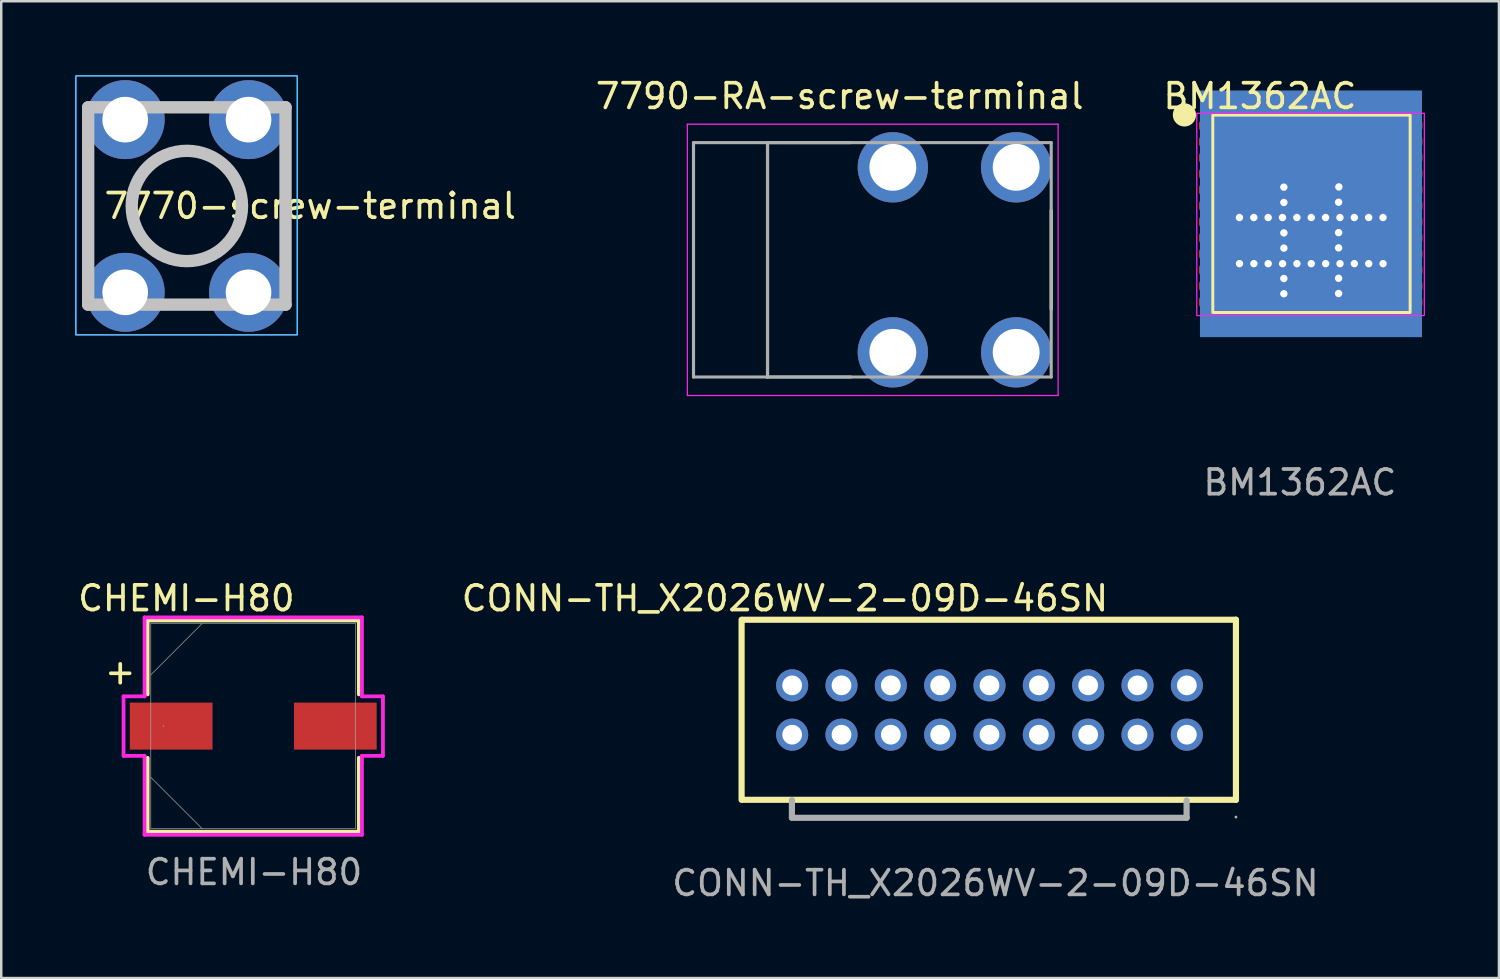
<source format=kicad_pcb>
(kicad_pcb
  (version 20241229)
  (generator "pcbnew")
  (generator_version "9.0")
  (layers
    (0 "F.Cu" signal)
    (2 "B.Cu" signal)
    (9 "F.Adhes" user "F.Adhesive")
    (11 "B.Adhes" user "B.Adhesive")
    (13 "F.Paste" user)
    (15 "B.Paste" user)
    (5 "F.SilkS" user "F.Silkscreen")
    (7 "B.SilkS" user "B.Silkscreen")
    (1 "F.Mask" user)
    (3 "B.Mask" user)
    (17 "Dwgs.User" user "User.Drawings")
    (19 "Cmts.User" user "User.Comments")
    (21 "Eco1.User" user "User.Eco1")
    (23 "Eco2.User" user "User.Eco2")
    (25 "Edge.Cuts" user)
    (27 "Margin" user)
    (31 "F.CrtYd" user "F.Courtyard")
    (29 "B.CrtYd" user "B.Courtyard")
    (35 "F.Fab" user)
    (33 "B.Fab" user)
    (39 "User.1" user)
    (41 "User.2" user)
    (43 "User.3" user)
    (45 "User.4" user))
  (footprint "7770-screw-terminal"
    (layer "F.Cu")
    (at 4.525 5.3)
    (property "Reference" "7770-screw-terminal" (at 5 0 0) (unlocked yes) (layer "F.SilkS") (effects (font (size 1 1) (thickness 0.15))))
    (fp_line (start -4 -4) (end 4 -4) (stroke (width 0.12) (type solid)) (layer "F.SilkS"))
    (fp_line (start -4 4) (end -4 -4) (stroke (width 0.12) (type solid)) (layer "F.SilkS"))
    (fp_line (start 4 -4) (end 4 4) (stroke (width 0.12) (type solid)) (layer "F.SilkS"))
    (fp_line (start 4 4) (end -4 4) (stroke (width 0.12) (type solid)) (layer "F.SilkS"))
    (fp_line (start -4 4) (end -4 -4) (stroke (width 0.5) (type solid)) (layer "Dwgs.User"))
    (fp_line (start 4 -4) (end -4 -4) (stroke (width 0.5) (type solid)) (layer "Dwgs.User"))
    (fp_line (start 4 4) (end -4 4) (stroke (width 0.5) (type solid)) (layer "Dwgs.User"))
    (fp_line (start 4 4) (end 4 -4) (stroke (width 0.5) (type solid)) (layer "Dwgs.User"))
    (fp_circle (center 0 0) (end 2.236 0) (stroke (width 0.5) (type default)) (fill no) (layer "Dwgs.User"))
    (fp_rect (start -4.5 -5.275) (end 4.475 5.225) (stroke (width 0.05) (type default)) (fill no) (layer "B.CrtYd"))
    (fp_rect (start -4.5 -5.275) (end 4.475 5.225) (stroke (width 0.05) (type default)) (fill no) (layer "F.CrtYd"))
    (pad "1" thru_hole circle (at -2.5 -3.5) (size 3.2 3.2) (drill 1.85) (layers "*.Cu" "*.Mask"))
    (pad "1" thru_hole circle (at -2.5 3.5) (size 3.2 3.2) (drill 1.85) (layers "*.Cu" "*.Mask"))
    (pad "1" thru_hole circle (at 2.5 -3.5) (size 3.2 3.2) (drill 1.85) (layers "*.Cu" "*.Mask"))
    (pad "1" thru_hole circle (at 2.5 3.5) (size 3.2 3.2) (drill 1.85) (layers "*.Cu" "*.Mask")))
  (footprint "CHEMI-H80"
    (layer "F.Cu")
    (at 7.216 26.385)
    (property "Reference" "CHEMI-H80" (at -2.71 -5.18 0) (unlocked yes) (layer "F.SilkS") (effects (font (size 1 1) (thickness 0.15))))
    (attr smd)
    (fp_line (start -4.28 -4.28) (end -4.28 -1.285) (stroke (width 0.152) (type solid)) (layer "F.SilkS"))
    (fp_line (start -4.28 1.285) (end -4.28 4.28) (stroke (width 0.152) (type solid)) (layer "F.SilkS"))
    (fp_line (start -4.28 4.28) (end 4.28 4.28) (stroke (width 0.152) (type solid)) (layer "F.SilkS"))
    (fp_line (start 4.28 -4.28) (end -4.28 -4.28) (stroke (width 0.152) (type solid)) (layer "F.SilkS"))
    (fp_line (start 4.28 -1.285) (end 4.28 -4.28) (stroke (width 0.152) (type solid)) (layer "F.SilkS"))
    (fp_line (start 4.28 4.28) (end 4.28 1.285) (stroke (width 0.152) (type solid)) (layer "F.SilkS"))
    (fp_line (start -5.258 -1.206) (end -4.407 -1.206) (stroke (width 0.152) (type solid)) (layer "F.CrtYd"))
    (fp_line (start -5.258 1.206) (end -5.258 -1.206) (stroke (width 0.152) (type solid)) (layer "F.CrtYd"))
    (fp_line (start -4.407 -4.407) (end 4.407 -4.407) (stroke (width 0.152) (type solid)) (layer "F.CrtYd"))
    (fp_line (start -4.407 -1.206) (end -4.407 -4.407) (stroke (width 0.152) (type solid)) (layer "F.CrtYd"))
    (fp_line (start -4.407 1.206) (end -5.258 1.206) (stroke (width 0.152) (type solid)) (layer "F.CrtYd"))
    (fp_line (start -4.407 4.407) (end -4.407 1.206) (stroke (width 0.152) (type solid)) (layer "F.CrtYd"))
    (fp_line (start 4.407 -4.407) (end 4.407 -1.206) (stroke (width 0.152) (type solid)) (layer "F.CrtYd"))
    (fp_line (start 4.407 -1.206) (end 5.258 -1.206) (stroke (width 0.152) (type solid)) (layer "F.CrtYd"))
    (fp_line (start 4.407 1.206) (end 4.407 4.407) (stroke (width 0.152) (type solid)) (layer "F.CrtYd"))
    (fp_line (start 4.407 4.407) (end -4.407 4.407) (stroke (width 0.152) (type solid)) (layer "F.CrtYd"))
    (fp_line (start 5.258 -1.206) (end 5.258 1.206) (stroke (width 0.152) (type solid)) (layer "F.CrtYd"))
    (fp_line (start 5.258 1.206) (end 4.407 1.206) (stroke (width 0.152) (type solid)) (layer "F.CrtYd"))
    (fp_line (start -4.153 -4.153) (end -4.153 4.153) (stroke (width 0.025) (type solid)) (layer "F.Fab"))
    (fp_line (start -4.153 -2.076) (end -2.076 -4.153) (stroke (width 0.025) (type solid)) (layer "F.Fab"))
    (fp_line (start -4.153 2.076) (end -2.076 4.153) (stroke (width 0.025) (type solid)) (layer "F.Fab"))
    (fp_line (start -4.153 4.153) (end 4.153 4.153) (stroke (width 0.025) (type solid)) (layer "F.Fab"))
    (fp_line (start 4.153 -4.153) (end -4.153 -4.153) (stroke (width 0.025) (type solid)) (layer "F.Fab"))
    (fp_line (start 4.153 4.153) (end 4.153 -4.153) (stroke (width 0.025) (type solid)) (layer "F.Fab"))
    (fp_circle (center -3.645 0) (end -3.645 0) (stroke (width 0.025) (type solid)) (fill no) (layer "F.Fab"))
    (fp_text user "+" (at -6.11 -1.63 0) (unlocked yes) (layer "F.SilkS") (effects (font (size 1 1) (thickness 0.15)) (justify left bottom)))
    (fp_text user "${REFERENCE}" (at 0.03 5.92 0) (unlocked yes) (layer "F.Fab") (effects (font (size 1 1) (thickness 0.15))))
    (pad "1" smd rect (at -3.327 0) (size 3.353 1.905) (layers "F.Cu" "F.Mask" "F.Paste"))
    (pad "2" smd rect (at 3.327 0) (size 3.353 1.905) (layers "F.Cu" "F.Mask" "F.Paste")))
  (footprint "CONN-TH_X2026WV-2-09D-46SN"
    (layer "F.Cu")
    (at 37.053 25.723)
    (property "Reference" "CONN-TH_X2026WV-2-09D-46SN" (at -8.283 -4.518 0) (layer "F.SilkS") (effects (font (size 1 1) (thickness 0.15))))
    (attr smd)
    (fp_line (start -10.04 -3.65) (end -10.04 3.65) (stroke (width 0.25) (type solid)) (layer "F.SilkS"))
    (fp_line (start -10 -3.65) (end 10 -3.65) (stroke (width 0.25) (type solid)) (layer "F.SilkS"))
    (fp_line (start 10 -3.65) (end 10 3.65) (stroke (width 0.25) (type solid)) (layer "F.SilkS"))
    (fp_line (start 10 3.65) (end -10 3.65) (stroke (width 0.25) (type solid)) (layer "F.SilkS"))
    (fp_line (start -8 3.666) (end -8 4.366) (stroke (width 0.25) (type solid)) (layer "F.Fab"))
    (fp_line (start 8 3.68) (end 8 4.38) (stroke (width 0.25) (type solid)) (layer "F.Fab"))
    (fp_line (start 8 4.38) (end -8 4.38) (stroke (width 0.25) (type solid)) (layer "F.Fab"))
    (fp_circle (center 10 4.35) (end 10.03 4.35) (stroke (width 0.06) (type solid)) (fill no) (layer "F.Fab"))
    (fp_text user "${REFERENCE}" (at 0.251 7.028 0) (layer "F.Fab") (effects (font (size 1 1) (thickness 0.15))))
    (pad "1" thru_hole circle (at 8.01 1.01) (size 1.3 1.3) (drill 0.8) (layers "*.Cu" "*.Mask"))
    (pad "2" thru_hole circle (at 8.01 -0.99) (size 1.3 1.3) (drill 0.8) (layers "*.Cu" "*.Mask"))
    (pad "3" thru_hole circle (at 6.01 1.01) (size 1.3 1.3) (drill 0.8) (layers "*.Cu" "*.Mask"))
    (pad "4" thru_hole circle (at 6.01 -0.99) (size 1.3 1.3) (drill 0.8) (layers "*.Cu" "*.Mask"))
    (pad "5" thru_hole circle (at 4.01 1.01) (size 1.3 1.3) (drill 0.8) (layers "*.Cu" "*.Mask"))
    (pad "6" thru_hole circle (at 4.01 -0.99) (size 1.3 1.3) (drill 0.8) (layers "*.Cu" "*.Mask"))
    (pad "7" thru_hole circle (at 2.01 1.01) (size 1.3 1.3) (drill 0.8) (layers "*.Cu" "*.Mask"))
    (pad "8" thru_hole circle (at 2.01 -0.99) (size 1.3 1.3) (drill 0.8) (layers "*.Cu" "*.Mask"))
    (pad "9" thru_hole circle (at 0.01 1.01) (size 1.3 1.3) (drill 0.8) (layers "*.Cu" "*.Mask"))
    (pad "10" thru_hole circle (at 0.01 -0.99) (size 1.3 1.3) (drill 0.8) (layers "*.Cu" "*.Mask"))
    (pad "11" thru_hole circle (at -1.99 1.01) (size 1.3 1.3) (drill 0.8) (layers "*.Cu" "*.Mask"))
    (pad "12" thru_hole circle (at -1.99 -0.99) (size 1.3 1.3) (drill 0.8) (layers "*.Cu" "*.Mask"))
    (pad "13" thru_hole circle (at -3.99 1.01) (size 1.3 1.3) (drill 0.8) (layers "*.Cu" "*.Mask"))
    (pad "14" thru_hole circle (at -3.99 -0.99) (size 1.3 1.3) (drill 0.8) (layers "*.Cu" "*.Mask"))
    (pad "15" thru_hole circle (at -5.99 1.01) (size 1.3 1.3) (drill 0.8) (layers "*.Cu" "*.Mask"))
    (pad "16" thru_hole circle (at -5.99 -0.99) (size 1.3 1.3) (drill 0.8) (layers "*.Cu" "*.Mask"))
    (pad "17" thru_hole circle (at -7.99 1.01) (size 1.3 1.3) (drill 0.8) (layers "*.Cu" "*.Mask"))
    (pad "18" thru_hole circle (at -7.99 -0.99) (size 1.3 1.3) (drill 0.8) (layers "*.Cu" "*.Mask")))
  (footprint "BM1362AC"
    (layer "F.Cu")
    (at 50.115 5.618)
    (property "Reference" "BM1362AC" (at -2.09 -4.77 0) (unlocked yes) (layer "F.SilkS") (effects (font (size 1 1) (thickness 0.15))))
    (fp_rect (start -1.34 1.82) (end -3.16 0.38) (stroke (width 0.12) (type solid)) (fill yes) (layer "F.Mask"))
    (fp_rect (start -1.33 -2.05) (end -3.17 -3.79) (stroke (width 0.12) (type solid)) (fill yes) (layer "F.Mask"))
    (fp_rect (start -1.33 -0.02) (end -3.15 -1.57) (stroke (width 0.12) (type solid)) (fill yes) (layer "F.Mask"))
    (fp_rect (start -1.33 3.78) (end -3.16 2.25) (stroke (width 0.12) (type solid)) (fill yes) (layer "F.Mask"))
    (fp_rect (start 0.87 -2.07) (end -0.91 -3.78) (stroke (width 0.12) (type solid)) (fill yes) (layer "F.Mask"))
    (fp_rect (start 0.87 1.81) (end -0.91 0.37) (stroke (width 0.12) (type solid)) (fill yes) (layer "F.Mask"))
    (fp_rect (start 0.88 -0.03) (end -0.9 -1.57) (stroke (width 0.12) (type solid)) (fill yes) (layer "F.Mask"))
    (fp_rect (start 0.88 3.79) (end -0.9 2.24) (stroke (width 0.12) (type solid)) (fill yes) (layer "F.Mask"))
    (fp_rect (start 3.09 3.78) (end 1.31 2.24) (stroke (width 0.12) (type solid)) (fill yes) (layer "F.Mask"))
    (fp_rect (start 3.14 -0.03) (end 1.31 -1.57) (stroke (width 0.12) (type solid)) (fill yes) (layer "F.Mask"))
    (fp_rect (start 3.15 -2.08) (end 1.3 -3.78) (stroke (width 0.12) (type solid)) (fill yes) (layer "F.Mask"))
    (fp_rect (start 3.15 1.81) (end 1.3 0.37) (stroke (width 0.12) (type solid)) (fill yes) (layer "F.Mask"))
    (fp_rect (start -4 -4) (end 4 4) (stroke (width 0.12) (type default)) (fill no) (layer "F.SilkS"))
    (fp_circle (center -5.15 -4.01) (end -4.739 -4.01) (stroke (width 0.12) (type solid)) (fill yes) (layer "F.SilkS"))
    (fp_rect (start -1.59 -0.265) (end -2.79 -1.215) (stroke (width 0.001) (type solid)) (fill yes) (layer "F.Paste"))
    (fp_rect (start -1.58 1.565) (end -2.78 0.615) (stroke (width 0.001) (type solid)) (fill yes) (layer "F.Paste"))
    (fp_rect (start -1.57 3.425) (end -2.77 2.475) (stroke (width 0.001) (type solid)) (fill yes) (layer "F.Paste"))
    (fp_rect (start -1.55 -2.47) (end -2.75 -3.59) (stroke (width 0.001) (type solid)) (fill yes) (layer "F.Paste"))
    (fp_rect (start 0.59 -2.48) (end -0.61 -3.59) (stroke (width 0.001) (type solid)) (fill yes) (layer "F.Paste"))
    (fp_rect (start 0.62 -0.255) (end -0.58 -1.205) (stroke (width 0.001) (type solid)) (fill yes) (layer "F.Paste"))
    (fp_rect (start 0.63 1.575) (end -0.57 0.625) (stroke (width 0.001) (type solid)) (fill yes) (layer "F.Paste"))
    (fp_rect (start 0.64 3.435) (end -0.56 2.485) (stroke (width 0.001) (type solid)) (fill yes) (layer "F.Paste"))
    (fp_rect (start 2.77 -2.5) (end 1.57 -3.61) (stroke (width 0.001) (type solid)) (fill yes) (layer "F.Paste"))
    (fp_rect (start 2.77 -0.255) (end 1.57 -1.205) (stroke (width 0.001) (type solid)) (fill yes) (layer "F.Paste"))
    (fp_rect (start 2.78 1.575) (end 1.58 0.625) (stroke (width 0.001) (type solid)) (fill yes) (layer "F.Paste"))
    (fp_rect (start 2.79 3.435) (end 1.59 2.485) (stroke (width 0.001) (type solid)) (fill yes) (layer "F.Paste"))
    (fp_rect (start -3.39 -3.8) (end 3.36 3.75) (stroke (width 0.1) (type solid)) (fill yes) (layer "B.Paste"))
    (fp_rect (start -4.65 -4.075) (end 4.575 4.125) (stroke (width 0.05) (type default)) (fill no) (layer "F.CrtYd"))
    (fp_text user "${REFERENCE}" (at -0.47 10.89 0) (unlocked yes) (layer "F.Fab") (effects (font (size 1 1) (thickness 0.15))))
    (pad "1" smd roundrect (at -4.06 -3.575) (size 1 0.4) (layers "F.Cu" "F.Mask" "F.Paste") (roundrect_rratio 0.25))
    (pad "2" smd roundrect (at -4.06 -2.925) (size 1 0.4) (layers "F.Cu" "F.Mask" "F.Paste") (roundrect_rratio 0.25))
    (pad "3" smd roundrect (at -4.06 -2.275) (size 1 0.4) (layers "F.Cu" "F.Mask" "F.Paste") (roundrect_rratio 0.25))
    (pad "4" smd roundrect (at -4.06 -1.625) (size 1 0.4) (layers "F.Cu" "F.Mask" "F.Paste") (roundrect_rratio 0.25))
    (pad "5" smd roundrect (at -4.06 -0.975) (size 1 0.4) (layers "F.Cu" "F.Mask" "F.Paste") (roundrect_rratio 0.25))
    (pad "6" smd roundrect (at -4.06 -0.325) (size 1 0.4) (layers "F.Cu" "F.Mask" "F.Paste") (roundrect_rratio 0.25))
    (pad "7" smd roundrect (at -4.06 0.325) (size 1 0.4) (layers "F.Cu" "F.Mask" "F.Paste") (roundrect_rratio 0.25))
    (pad "8" smd roundrect (at -4.06 0.975) (size 1 0.4) (layers "F.Cu" "F.Mask" "F.Paste") (roundrect_rratio 0.25))
    (pad "9" smd roundrect (at -4.06 1.625) (size 1 0.4) (layers "F.Cu" "F.Mask" "F.Paste") (roundrect_rratio 0.25))
    (pad "10" smd roundrect (at -4.06 2.275) (size 1 0.4) (layers "F.Cu" "F.Mask" "F.Paste") (roundrect_rratio 0.25))
    (pad "11" smd roundrect (at -4.06 2.925) (size 1 0.4) (layers "F.Cu" "F.Mask" "F.Paste") (roundrect_rratio 0.25))
    (pad "12" smd roundrect (at -4.06 3.575) (size 1 0.4) (layers "F.Cu" "F.Mask" "F.Paste") (roundrect_rratio 0.25))
    (pad "13" smd roundrect (at 4 3.575) (size 1 0.4) (layers "F.Cu" "F.Mask" "F.Paste") (roundrect_rratio 0.25))
    (pad "14" smd roundrect (at 4 2.925) (size 1 0.4) (layers "F.Cu" "F.Mask" "F.Paste") (roundrect_rratio 0.25))
    (pad "15" smd roundrect (at 4 2.275) (size 1 0.4) (layers "F.Cu" "F.Mask" "F.Paste") (roundrect_rratio 0.25))
    (pad "16" smd roundrect (at 4 1.625) (size 1 0.4) (layers "F.Cu" "F.Mask" "F.Paste") (roundrect_rratio 0.25))
    (pad "17" smd roundrect (at 4 0.975) (size 1 0.4) (layers "F.Cu" "F.Mask" "F.Paste") (roundrect_rratio 0.25))
    (pad "18" smd roundrect (at 4 0.325) (size 1 0.4) (layers "F.Cu" "F.Mask" "F.Paste") (roundrect_rratio 0.25))
    (pad "19" smd roundrect (at 4 -0.325) (size 1 0.4) (layers "F.Cu" "F.Mask" "F.Paste") (roundrect_rratio 0.25))
    (pad "20" smd roundrect (at 4 -0.975) (size 1 0.4) (layers "F.Cu" "F.Mask" "F.Paste") (roundrect_rratio 0.25))
    (pad "21" smd roundrect (at 4 -1.625) (size 1 0.4) (layers "F.Cu" "F.Mask" "F.Paste") (roundrect_rratio 0.25))
    (pad "22" smd roundrect (at 4 -2.275) (size 1 0.4) (layers "F.Cu" "F.Mask" "F.Paste") (roundrect_rratio 0.25))
    (pad "23" smd roundrect (at 4 -2.925) (size 1 0.4) (layers "F.Cu" "F.Mask" "F.Paste") (roundrect_rratio 0.25))
    (pad "24" smd roundrect (at 4 -3.575) (size 1 0.4) (layers "F.Cu" "F.Mask" "F.Paste") (roundrect_rratio 0.25))
    (pad "25" smd rect (at 0 -2.925) (size 6.44 1.85) (layers "F.Cu"))
    (pad "26" thru_hole circle (at -2.92 0.15) (size 0.54 0.54) (drill 0.3) (layers "*.Cu" "*.Mask"))
    (pad "26" thru_hole circle (at -2.918 2.02) (size 0.54 0.54) (drill 0.3) (layers "*.Cu" "*.Mask"))
    (pad "26" thru_hole circle (at -2.338 0.15) (size 0.54 0.54) (drill 0.3) (layers "*.Cu" "*.Mask"))
    (pad "26" thru_hole circle (at -2.336 2.02) (size 0.54 0.54) (drill 0.3) (layers "*.Cu" "*.Mask"))
    (pad "26" thru_hole circle (at -1.756 0.15) (size 0.54 0.54) (drill 0.3) (layers "*.Cu" "*.Mask"))
    (pad "26" thru_hole circle (at -1.754 2.02) (size 0.54 0.54) (drill 0.3) (layers "*.Cu" "*.Mask"))
    (pad "26" thru_hole circle (at -1.174 0.15) (size 0.54 0.54) (drill 0.3) (layers "*.Cu" "*.Mask"))
    (pad "26" thru_hole circle (at -1.172 2.02) (size 0.54 0.54) (drill 0.3) (layers "*.Cu" "*.Mask"))
    (pad "26" thru_hole circle (at -1.12 -1.08) (size 0.54 0.54) (drill 0.3) (layers "*.Cu" "*.Mask"))
    (pad "26" thru_hole circle (at -1.12 -0.46) (size 0.54 0.54) (drill 0.3) (layers "*.Cu" "*.Mask"))
    (pad "26" thru_hole circle (at -1.12 0.773) (size 0.54 0.54) (drill 0.3) (layers "*.Cu" "*.Mask"))
    (pad "26" thru_hole circle (at -1.12 1.39) (size 0.54 0.54) (drill 0.3) (layers "*.Cu" "*.Mask"))
    (pad "26" thru_hole circle (at -1.12 2.623) (size 0.54 0.54) (drill 0.3) (layers "*.Cu" "*.Mask"))
    (pad "26" thru_hole circle (at -1.12 3.24) (size 0.54 0.54) (drill 0.3) (layers "*.Cu" "*.Mask"))
    (pad "26" thru_hole circle (at -0.592 0.15) (size 0.54 0.54) (drill 0.3) (layers "*.Cu" "*.Mask"))
    (pad "26" thru_hole circle (at -0.59 2.02) (size 0.54 0.54) (drill 0.3) (layers "*.Cu" "*.Mask"))
    (pad "26" smd rect (at -0.02 0 90) (size 10 9) (layers "B.Cu" "B.Mask"))
    (pad "26" thru_hole circle (at -0.01 0.15) (size 0.54 0.54) (drill 0.3) (layers "*.Cu" "*.Mask"))
    (pad "26" thru_hole circle (at -0.008 2.02) (size 0.54 0.54) (drill 0.3) (layers "*.Cu" "*.Mask"))
    (pad "26" smd rect (at 0 1.105 90) (size 5.49 6.44) (layers "F.Cu"))
    (pad "26" thru_hole circle (at 0.572 0.15) (size 0.54 0.54) (drill 0.3) (layers "*.Cu" "*.Mask"))
    (pad "26" thru_hole circle (at 0.574 2.02) (size 0.54 0.54) (drill 0.3) (layers "*.Cu" "*.Mask"))
    (pad "26" thru_hole circle (at 1.1 -0.47) (size 0.54 0.54) (drill 0.3) (layers "*.Cu" "*.Mask"))
    (pad "26" thru_hole circle (at 1.1 0.763) (size 0.54 0.54) (drill 0.3) (layers "*.Cu" "*.Mask"))
    (pad "26" thru_hole circle (at 1.1 1.38) (size 0.54 0.54) (drill 0.3) (layers "*.Cu" "*.Mask"))
    (pad "26" thru_hole circle (at 1.1 2.613) (size 0.54 0.54) (drill 0.3) (layers "*.Cu" "*.Mask"))
    (pad "26" thru_hole circle (at 1.1 3.23) (size 0.54 0.54) (drill 0.3) (layers "*.Cu" "*.Mask"))
    (pad "26" thru_hole circle (at 1.11 -1.09) (size 0.54 0.54) (drill 0.3) (layers "*.Cu" "*.Mask"))
    (pad "26" thru_hole circle (at 1.154 0.15) (size 0.54 0.54) (drill 0.3) (layers "*.Cu" "*.Mask"))
    (pad "26" thru_hole circle (at 1.156 2.02) (size 0.54 0.54) (drill 0.3) (layers "*.Cu" "*.Mask"))
    (pad "26" thru_hole circle (at 1.736 0.15) (size 0.54 0.54) (drill 0.3) (layers "*.Cu" "*.Mask"))
    (pad "26" thru_hole circle (at 1.738 2.02) (size 0.54 0.54) (drill 0.3) (layers "*.Cu" "*.Mask"))
    (pad "26" thru_hole circle (at 2.318 0.15) (size 0.54 0.54) (drill 0.3) (layers "*.Cu" "*.Mask"))
    (pad "26" thru_hole circle (at 2.32 2.02) (size 0.54 0.54) (drill 0.3) (layers "*.Cu" "*.Mask"))
    (pad "26" thru_hole circle (at 2.9 0.15) (size 0.54 0.54) (drill 0.3) (layers "*.Cu" "*.Mask"))
    (pad "26" thru_hole circle (at 2.902 2.02) (size 0.54 0.54) (drill 0.3) (layers "*.Cu" "*.Mask")))
  (footprint "7790-RA-screw-terminal"
    (layer "F.Cu")
    (at 35.644 7.483)
    (property "Reference" "7790-RA-screw-terminal" (at -4.655 -6.635 0) (layer "F.SilkS") (effects (font (size 1 1) (thickness 0.15))))
    (attr through_hole)
    (fp_line (start 3.92 -2) (end 3.92 2) (stroke (width 0.127) (type solid)) (layer "F.SilkS"))
    (fp_line (start -10.83 -5.5) (end -10.83 5.5) (stroke (width 0.05) (type solid)) (layer "F.CrtYd"))
    (fp_line (start -10.83 5.5) (end 4.2 5.5) (stroke (width 0.05) (type solid)) (layer "F.CrtYd"))
    (fp_line (start 4.2 -5.5) (end -10.83 -5.5) (stroke (width 0.05) (type solid)) (layer "F.CrtYd"))
    (fp_line (start 4.2 5.5) (end 4.2 -5.5) (stroke (width 0.05) (type solid)) (layer "F.CrtYd"))
    (fp_line (start -10.58 -4.75) (end -10.58 4.75) (stroke (width 0.127) (type solid)) (layer "F.Fab"))
    (fp_line (start -10.58 4.75) (end -7.58 4.75) (stroke (width 0.127) (type solid)) (layer "F.Fab"))
    (fp_line (start -7.58 -4.75) (end -10.58 -4.75) (stroke (width 0.127) (type solid)) (layer "F.Fab"))
    (fp_line (start -7.58 -4.75) (end -7.58 4.75) (stroke (width 0.127) (type solid)) (layer "F.Fab"))
    (fp_line (start -7.58 -4.75) (end -7.58 4.75) (stroke (width 0.127) (type solid)) (layer "F.Fab"))
    (fp_line (start -7.58 4.75) (end -4.21 4.75) (stroke (width 0.127) (type solid)) (layer "F.Fab"))
    (fp_line (start -7.58 4.75) (end 3.92 4.75) (stroke (width 0.127) (type solid)) (layer "F.Fab"))
    (fp_line (start -4.21 -4.75) (end -7.58 -4.75) (stroke (width 0.127) (type solid)) (layer "F.Fab"))
    (fp_line (start 3.92 -4.75) (end -7.58 -4.75) (stroke (width 0.127) (type solid)) (layer "F.Fab"))
    (fp_line (start 3.92 4.75) (end 3.92 -4.75) (stroke (width 0.127) (type solid)) (layer "F.Fab"))
    (pad "1" thru_hole circle (at -2.5 -3.75) (size 2.85 2.85) (drill 1.9) (layers "*.Cu" "*.Mask"))
    (pad "1" thru_hole circle (at -2.5 3.75) (size 2.85 2.85) (drill 1.9) (layers "*.Cu" "*.Mask"))
    (pad "1" thru_hole circle (at 2.5 -3.75) (size 2.85 2.85) (drill 1.9) (layers "*.Cu" "*.Mask"))
    (pad "1" thru_hole circle (at 2.5 3.75) (size 2.85 2.85) (drill 1.9) (layers "*.Cu" "*.Mask")))
  (gr_rect
    (start -3 -3)
    (end 57.715 36.599)
    (stroke (width 0.1) (type default))
    (fill no)
    (layer "Edge.Cuts")))
</source>
